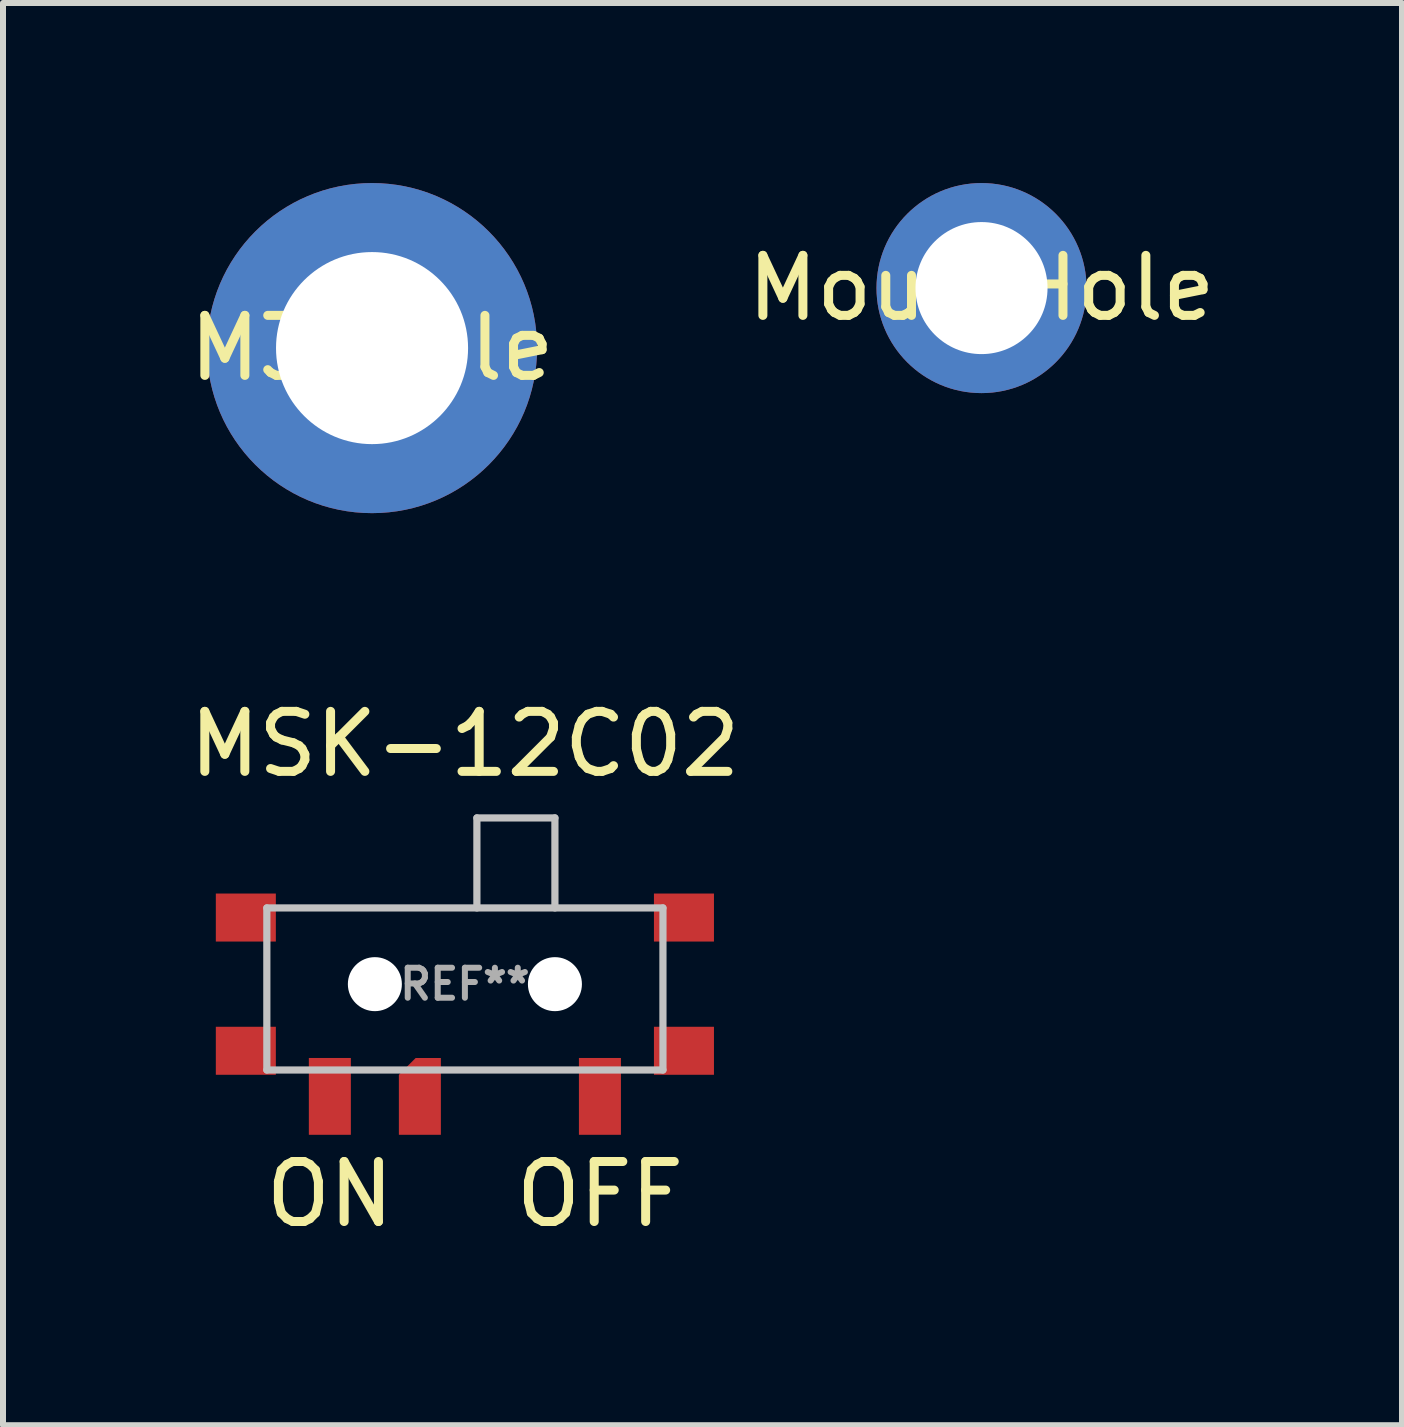
<source format=kicad_pcb>
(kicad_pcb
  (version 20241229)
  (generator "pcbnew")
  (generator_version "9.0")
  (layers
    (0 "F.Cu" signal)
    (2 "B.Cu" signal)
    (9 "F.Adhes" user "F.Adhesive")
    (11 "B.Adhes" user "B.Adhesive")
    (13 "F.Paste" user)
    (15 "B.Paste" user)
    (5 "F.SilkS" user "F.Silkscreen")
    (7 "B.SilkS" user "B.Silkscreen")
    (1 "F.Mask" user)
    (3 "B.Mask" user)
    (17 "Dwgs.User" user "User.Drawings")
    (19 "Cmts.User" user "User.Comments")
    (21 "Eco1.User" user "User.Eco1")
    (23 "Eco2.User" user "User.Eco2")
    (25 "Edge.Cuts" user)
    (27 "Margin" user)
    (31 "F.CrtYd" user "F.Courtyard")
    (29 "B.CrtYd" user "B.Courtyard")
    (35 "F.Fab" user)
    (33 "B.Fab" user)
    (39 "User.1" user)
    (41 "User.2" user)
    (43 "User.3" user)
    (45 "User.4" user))
  (footprint "M3_hole"
    (layer "F.Cu")
    (at 3.149 2.75)
    (property "Reference" "M3_hole" (at 0 0 0) (unlocked yes) (layer "F.SilkS") (effects (font (size 1 1) (thickness 0.15))))
    (attr through_hole)
    (pad "" thru_hole circle (at 0 0) (size 5.5 5.5) (drill 3.2) (layers "*.Cu" "*.Paste" "*.Mask")))
  (footprint "MountHole"
    (layer "F.Cu")
    (at 13.304 1.75)
    (property "Reference" "MountHole" (at 0 0 0) (unlocked yes) (layer "F.SilkS") (effects (font (size 1 1) (thickness 0.15))))
    (attr through_hole)
    (pad "" thru_hole circle (at 0 0) (size 3.5 3.5) (drill 2.2) (layers "*.Cu" "*.Paste" "*.Mask")))
  (footprint "MSK-12C02"
    (layer "F.Cu")
    (at 4.696 12.078)
    (property "Reference" "MSK-12C02" (at 0 -2.73 0) (layer "F.SilkS") (effects (font (size 1 1) (thickness 0.15))))
    (attr smd)
    (fp_line (start -3.3 0) (end -3.3 2.7) (stroke (width 0.12) (type solid)) (layer "Dwgs.User"))
    (fp_line (start -3.3 0) (end 3.3 0) (stroke (width 0.12) (type solid)) (layer "Dwgs.User"))
    (fp_line (start -3.3 2.7) (end 3.3 2.7) (stroke (width 0.12) (type solid)) (layer "Dwgs.User"))
    (fp_line (start 0.2 -1.5) (end 0.2 0) (stroke (width 0.12) (type solid)) (layer "Dwgs.User"))
    (fp_line (start 0.2 -1.5) (end 1.5 -1.5) (stroke (width 0.12) (type solid)) (layer "Dwgs.User"))
    (fp_line (start 1.5 -1.5) (end 1.5 0) (stroke (width 0.12) (type solid)) (layer "Dwgs.User"))
    (fp_line (start 3.3 0) (end 3.3 2.7) (stroke (width 0.12) (type solid)) (layer "Dwgs.User"))
    (fp_text user "OFF" (at 2.25 4.77 0) (layer "F.SilkS") (effects (font (size 1 1) (thickness 0.15))))
    (fp_text user "ON" (at -2.25 4.77 0) (layer "F.SilkS") (effects (font (size 1 1) (thickness 0.15))))
    (fp_text user "REF**" (at 0 1.27 0) (layer "F.Fab") (effects (font (size 0.5 0.5) (thickness 0.1))))
    (pad "" smd rect (at -3.65 0.16) (size 1 0.8) (layers "F.Cu" "F.Mask" "F.Paste"))
    (pad "" smd rect (at -3.65 2.38) (size 1 0.8) (layers "F.Cu" "F.Mask" "F.Paste"))
    (pad "" np_thru_hole circle (at -1.5 1.27) (size 0.9 0.9) (drill 0.9) (layers "*.Cu" "*.Mask"))
    (pad "" np_thru_hole circle (at 1.5 1.27) (size 0.9 0.9) (drill 0.9) (layers "*.Cu" "*.Mask"))
    (pad "" smd rect (at 3.65 0.16) (size 1 0.8) (layers "F.Cu" "F.Mask" "F.Paste"))
    (pad "" smd rect (at 3.65 2.38) (size 1 0.8) (layers "F.Cu" "F.Mask" "F.Paste"))
    (pad "1" smd rect (at -2.25 3.14) (size 0.7 1.28) (layers "F.Cu" "F.Mask" "F.Paste"))
    (pad "2" smd roundrect (at -0.75 3.14) (size 0.7 1.28) (layers "F.Cu" "F.Mask" "F.Paste") (roundrect_rratio 0) (chamfer_ratio 0.4) (chamfer top_left))
    (pad "3" smd rect (at 2.25 3.14) (size 0.7 1.28) (layers "F.Cu" "F.Mask" "F.Paste")))
  (gr_rect
    (start -3 -3)
    (end 20.31 20.697)
    (stroke (width 0.1) (type default))
    (fill no)
    (layer "Edge.Cuts")))
</source>
